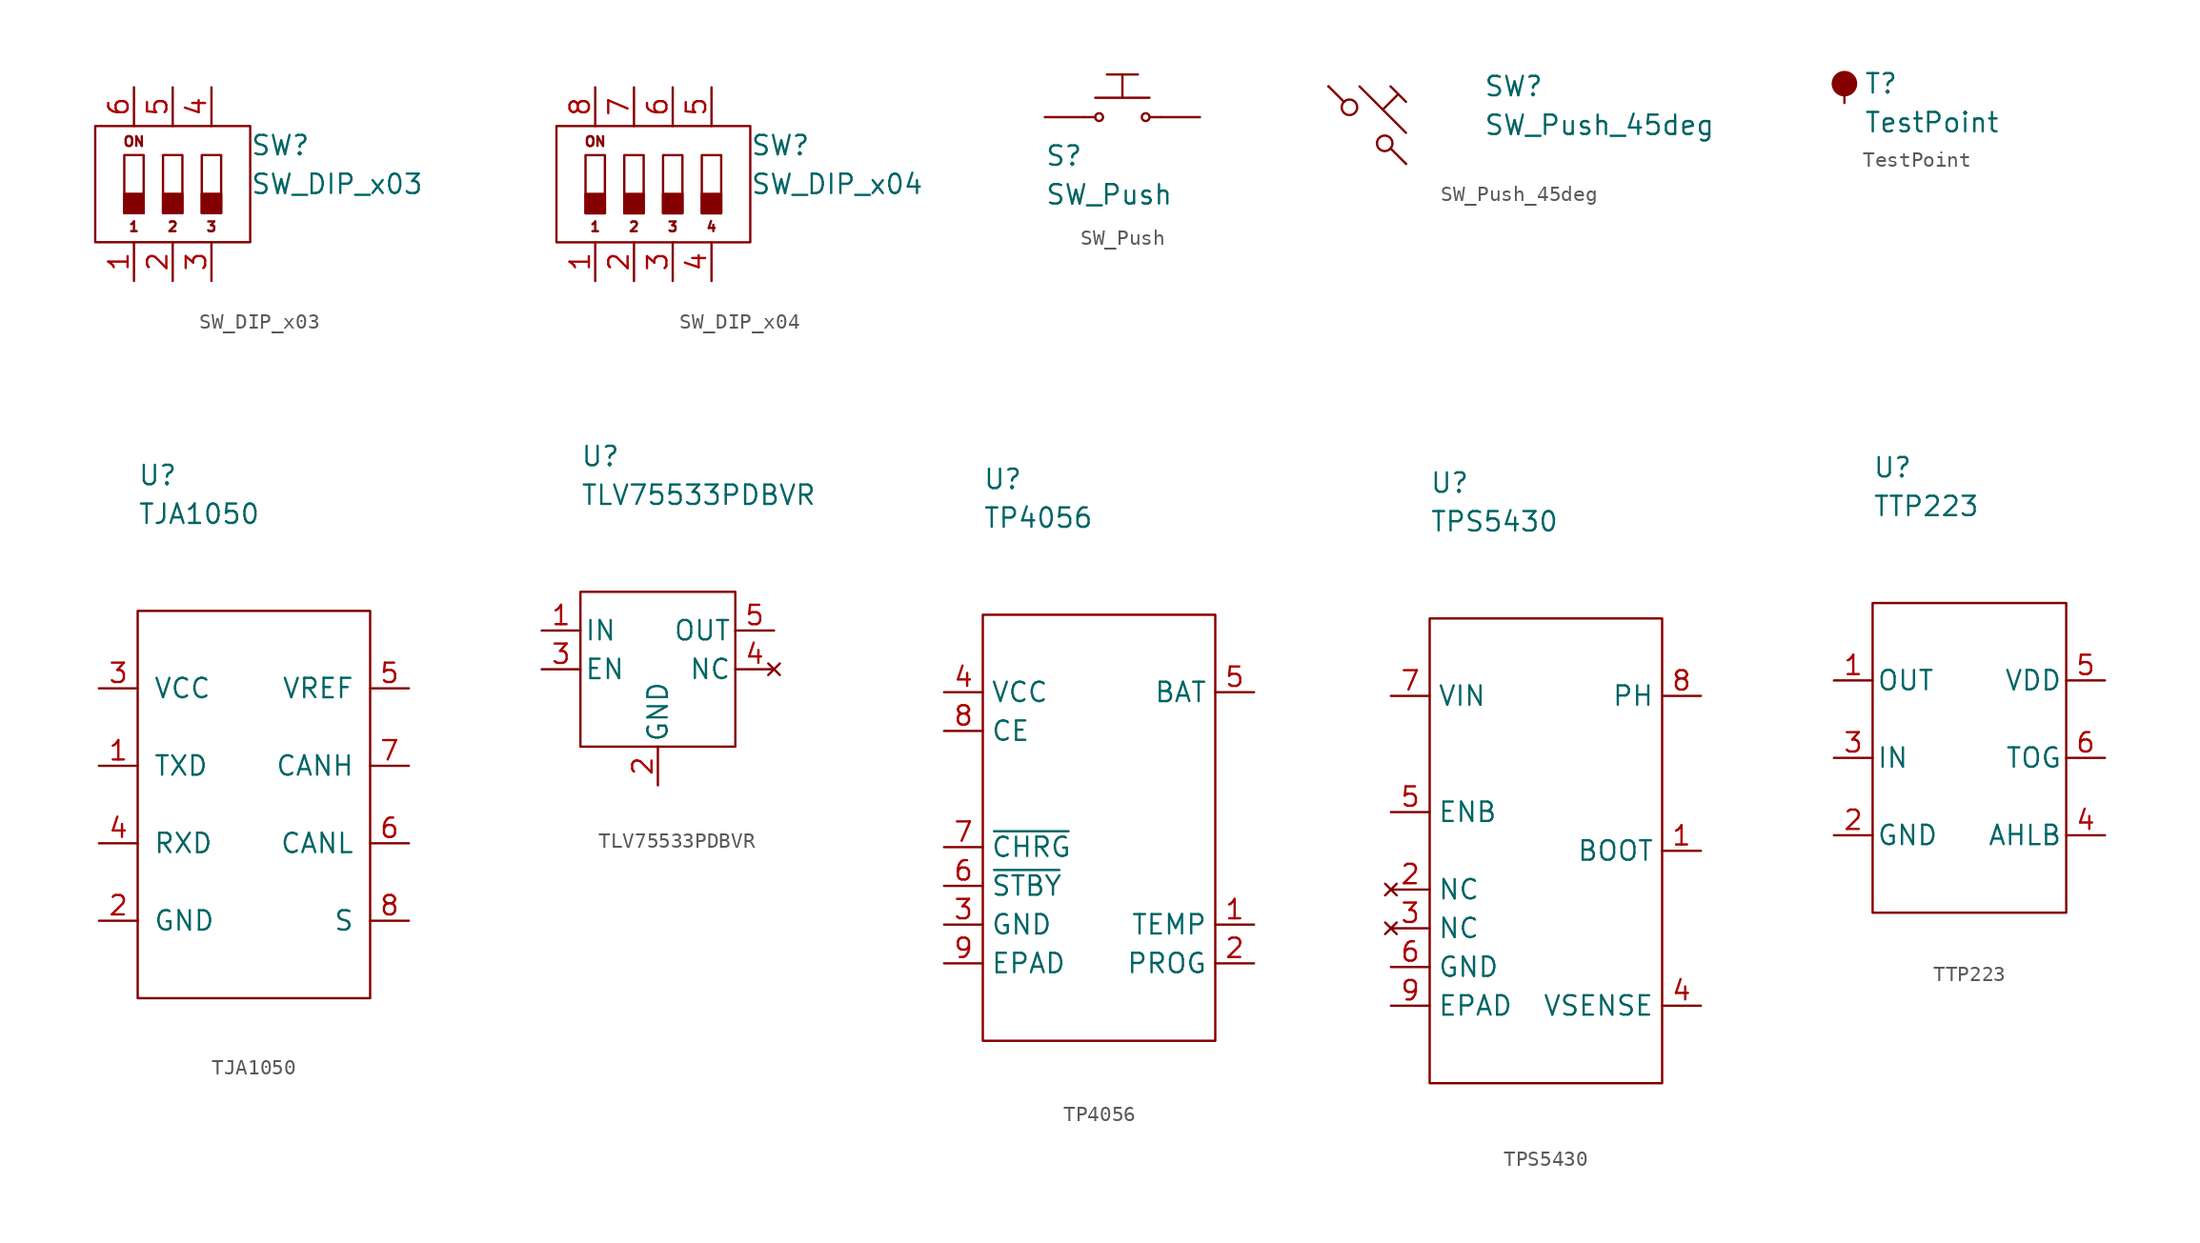
<source format=kicad_sym>
(kicad_symbol_lib
  (version 20211014)
  (generator kicad_symbol_editor)
  (symbol "SW_DIP_x03"
    (property "Reference" "SW"
      (at 10.16 -1.27 0)
      (effects (font (size 1.27 1.27)) (justify left)))
    (property "Value" "SW_DIP_x03"
      (at 10.16 -3.81 0)
      (effects (font (size 1.27 1.27)) (justify left)))
    (symbol "SW_DIP_x03_0_0"
      (rectangle (start 0 0) (end 10.16 -7.62) (stroke (width 0.152) (type default) (color 0 0 0 0)) (fill (type none)))
      (text "1" (at 2.54 -6.604 0) (effects (font (size 0.635 0.635))))
      (text "2" (at 5.08 -6.604 0) (effects (font (size 0.635 0.635))))
      (text "3" (at 7.62 -6.604 0) (effects (font (size 0.635 0.635))))
      (text "ON" (at 2.54 -1.016 0) (effects (font (size 0.635 0.635)))))
    (symbol "SW_DIP_x03_0_1"
      (rectangle (start 1.905 -4.445) (end 3.175 -5.715) (stroke (width 0.152) (type default) (color 0 0 0 0)) (fill (type outline)))
      (rectangle (start 1.905 -1.905) (end 3.175 -5.715) (stroke (width 0.152) (type default) (color 0 0 0 0)) (fill (type none)))
      (rectangle (start 4.445 -4.445) (end 5.715 -5.715) (stroke (width 0.152) (type default) (color 0 0 0 0)) (fill (type outline)))
      (rectangle (start 4.445 -1.905) (end 5.715 -5.715) (stroke (width 0.152) (type default) (color 0 0 0 0)) (fill (type none)))
      (rectangle (start 6.985 -4.445) (end 8.255 -5.715) (stroke (width 0.152) (type default) (color 0 0 0 0)) (fill (type outline)))
      (rectangle (start 6.985 -1.905) (end 8.255 -5.715) (stroke (width 0.152) (type default) (color 0 0 0 0)) (fill (type none))))
    (symbol "SW_DIP_x03_1_1"
      (pin passive line (at 2.54 -10.16 90) (length 2.54) (name "~" (effects (font (size 1.27 1.27)))) (number "1" (effects (font (size 1.27 1.27)))))
      (pin passive line (at 5.08 -10.16 90) (length 2.54) (name "~" (effects (font (size 1.27 1.27)))) (number "2" (effects (font (size 1.27 1.27)))))
      (pin passive line (at 7.62 -10.16 90) (length 2.54) (name "~" (effects (font (size 1.27 1.27)))) (number "3" (effects (font (size 1.27 1.27)))))
      (pin passive line (at 7.62 2.54 270) (length 2.54) (name "~" (effects (font (size 1.27 1.27)))) (number "4" (effects (font (size 1.27 1.27)))))
      (pin passive line (at 5.08 2.54 270) (length 2.54) (name "~" (effects (font (size 1.27 1.27)))) (number "5" (effects (font (size 1.27 1.27)))))
      (pin passive line (at 2.54 2.54 270) (length 2.54) (name "~" (effects (font (size 1.27 1.27)))) (number "6" (effects (font (size 1.27 1.27)))))))
  (symbol "SW_DIP_x04"
    (property "Reference" "SW"
      (at 12.7 -1.27 0)
      (effects (font (size 1.27 1.27)) (justify left)))
    (property "Value" "SW_DIP_x04"
      (at 12.7 -3.81 0)
      (effects (font (size 1.27 1.27)) (justify left)))
    (symbol "SW_DIP_x04_0_0"
      (rectangle (start 0 0) (end 12.7 -7.62) (stroke (width 0.152) (type default) (color 0 0 0 0)) (fill (type none)))
      (text "1" (at 2.54 -6.604 0) (effects (font (size 0.635 0.635))))
      (text "2" (at 5.08 -6.604 0) (effects (font (size 0.635 0.635))))
      (text "3" (at 7.62 -6.604 0) (effects (font (size 0.635 0.635))))
      (text "4" (at 10.16 -6.604 0) (effects (font (size 0.635 0.635))))
      (text "ON" (at 2.54 -1.016 0) (effects (font (size 0.635 0.635)))))
    (symbol "SW_DIP_x04_0_1"
      (rectangle (start 1.905 -4.445) (end 3.175 -5.715) (stroke (width 0.152) (type default) (color 0 0 0 0)) (fill (type outline)))
      (rectangle (start 1.905 -1.905) (end 3.175 -5.715) (stroke (width 0.152) (type default) (color 0 0 0 0)) (fill (type none)))
      (rectangle (start 4.445 -4.445) (end 5.715 -5.715) (stroke (width 0.152) (type default) (color 0 0 0 0)) (fill (type outline)))
      (rectangle (start 4.445 -1.905) (end 5.715 -5.715) (stroke (width 0.152) (type default) (color 0 0 0 0)) (fill (type none)))
      (rectangle (start 6.985 -4.445) (end 8.255 -5.715) (stroke (width 0.152) (type default) (color 0 0 0 0)) (fill (type outline)))
      (rectangle (start 6.985 -1.905) (end 8.255 -5.715) (stroke (width 0.152) (type default) (color 0 0 0 0)) (fill (type none)))
      (rectangle (start 9.525 -4.445) (end 10.795 -5.715) (stroke (width 0.152) (type default) (color 0 0 0 0)) (fill (type outline)))
      (rectangle (start 9.525 -1.905) (end 10.795 -5.715) (stroke (width 0.152) (type default) (color 0 0 0 0)) (fill (type none))))
    (symbol "SW_DIP_x04_1_1"
      (pin passive line (at 2.54 -10.16 90) (length 2.54) (name "~" (effects (font (size 1.27 1.27)))) (number "1" (effects (font (size 1.27 1.27)))))
      (pin passive line (at 5.08 -10.16 90) (length 2.54) (name "~" (effects (font (size 1.27 1.27)))) (number "2" (effects (font (size 1.27 1.27)))))
      (pin passive line (at 7.62 -10.16 90) (length 2.54) (name "~" (effects (font (size 1.27 1.27)))) (number "3" (effects (font (size 1.27 1.27)))))
      (pin passive line (at 10.16 -10.16 90) (length 2.54) (name "~" (effects (font (size 1.27 1.27)))) (number "4" (effects (font (size 1.27 1.27)))))
      (pin passive line (at 10.16 2.54 270) (length 2.54) (name "~" (effects (font (size 1.27 1.27)))) (number "5" (effects (font (size 1.27 1.27)))))
      (pin passive line (at 7.62 2.54 270) (length 2.54) (name "~" (effects (font (size 1.27 1.27)))) (number "6" (effects (font (size 1.27 1.27)))))
      (pin passive line (at 5.08 2.54 270) (length 2.54) (name "~" (effects (font (size 1.27 1.27)))) (number "7" (effects (font (size 1.27 1.27)))))
      (pin passive line (at 2.54 2.54 270) (length 2.54) (name "~" (effects (font (size 1.27 1.27)))) (number "8" (effects (font (size 1.27 1.27)))))))
  (symbol "SW_Push"
    (pin_numbers hide)
    (pin_names
      (offset 1.016))
    (property "Reference" "S"
      (at -5.08 -2.54 0)
      (effects (font (size 1.27 1.27)) (justify left)))
    (property "Value" "SW_Push"
      (at -5.08 -5.08 0)
      (effects (font (size 1.27 1.27)) (justify left)))
    (symbol "SW_Push_0_1"
      (circle (center -1.524 0) (radius 0.254) (stroke (width 0) (type default) (color 0 0 0 0)) (fill (type none)))
      (polyline (pts (xy -2.54 0) (xy -1.778 0)) (stroke (width 0) (type default) (color 0 0 0 0)) (fill (type none)))
      (polyline (pts (xy -1.778 1.27) (xy 1.778 1.27)) (stroke (width 0) (type default) (color 0 0 0 0)) (fill (type none)))
      (polyline (pts (xy -1.016 2.794) (xy 1.016 2.794)) (stroke (width 0) (type default) (color 0 0 0 0)) (fill (type none)))
      (polyline (pts (xy 0 1.27) (xy 0 2.794)) (stroke (width 0) (type default) (color 0 0 0 0)) (fill (type none)))
      (polyline (pts (xy 2.54 0) (xy 1.778 0)) (stroke (width 0) (type default) (color 0 0 0 0)) (fill (type none)))
      (circle (center 1.524 0) (radius 0.254) (stroke (width 0) (type default) (color 0 0 0 0)) (fill (type none))))
    (symbol "SW_Push_1_1"
      (pin passive line (at -5.08 0 0) (length 2.54) (name "~" (effects (font (size 1.27 1.27)))) (number "1" (effects (font (size 1.27 1.27)))))
      (pin passive line (at 5.08 0 180) (length 2.54) (name "~" (effects (font (size 1.27 1.27)))) (number "2" (effects (font (size 1.27 1.27)))))))
  (symbol "SW_Push_45deg"
    (pin_numbers hide)
    (pin_names
      (offset 1.016) hide)
    (property "Reference" "SW"
      (at 7.62 2.54 0)
      (effects (font (size 1.27 1.27)) (justify left)))
    (property "Value" "SW_Push_45deg"
      (at 7.62 0 0)
      (effects (font (size 1.27 1.27)) (justify left)))
    (symbol "SW_Push_45deg_0_1"
      (circle (center -1.168 1.168) (radius 0.508) (stroke (width 0) (type default) (color 0 0 0 0)) (fill (type none)))
      (polyline (pts (xy -0.508 2.54) (xy 2.54 -0.508)) (stroke (width 0) (type default) (color 0 0 0 0)) (fill (type none)))
      (polyline (pts (xy 1.016 1.016) (xy 2.032 2.032)) (stroke (width 0) (type default) (color 0 0 0 0)) (fill (type none)))
      (polyline (pts (xy 1.524 2.54) (xy 2.54 1.524)) (stroke (width 0.152) (type default) (color 0 0 0 0)) (fill (type none)))
      (polyline (pts (xy -2.54 2.54) (xy -1.524 1.524) (xy -1.524 1.524)) (stroke (width 0) (type default) (color 0 0 0 0)) (fill (type none)))
      (polyline (pts (xy 1.524 -1.524) (xy 2.54 -2.54) (xy 2.54 -2.54) (xy 2.54 -2.54)) (stroke (width 0) (type default) (color 0 0 0 0)) (fill (type none)))
      (circle (center 1.143 -1.194) (radius 0.508) (stroke (width 0) (type default) (color 0 0 0 0)) (fill (type none)))
      (pin passive line (at -2.54 2.54 0) (length 0) (name "1" (effects (font (size 1.27 1.27)))) (number "1" (effects (font (size 1.27 1.27)))))
      (pin passive line (at 2.54 -2.54 180) (length 0) (name "2" (effects (font (size 1.27 1.27)))) (number "2" (effects (font (size 1.27 1.27)))))))
  (symbol "TestPoint"
    (pin_numbers hide)
    (pin_names
      (offset 0.762) hide)
    (property "Reference" "T"
      (at 1.27 1.27 0)
      (effects (font (size 1.27 1.27)) (justify left)))
    (property "Value" "TestPoint"
      (at 1.27 -1.27 0)
      (effects (font (size 1.27 1.27)) (justify left)))
    (symbol "TestPoint_0_1"
      (circle (center 0 1.27) (radius 0.762) (stroke (width 0) (type default) (color 0 0 0 0)) (fill (type outline))))
    (symbol "TestPoint_1_1"
      (pin passive line (at 0 0 90) (length 1.27) (name "1" (effects (font (size 1.27 1.27)))) (number "1" (effects (font (size 1.27 1.27)))))))
  (symbol "TJA1050"
    (pin_names
      (offset 1.016))
    (property "Reference" "U"
      (at 0 8.89 0)
      (effects (font (size 1.27 1.27)) (justify left)))
    (property "Value" "TJA1050"
      (at 0 6.35 0)
      (effects (font (size 1.27 1.27)) (justify left)))
    (symbol "TJA1050_0_1"
      (rectangle (start 0 0) (end 15.24 -25.4) (stroke (width 0.152) (type default) (color 0 0 0 0)) (fill (type none))))
    (symbol "TJA1050_1_1"
      (pin passive line (at -2.54 -10.16 0) (length 2.54) (name "TXD" (effects (font (size 1.27 1.27)))) (number "1" (effects (font (size 1.27 1.27)))))
      (pin passive line (at -2.54 -20.32 0) (length 2.54) (name "GND" (effects (font (size 1.27 1.27)))) (number "2" (effects (font (size 1.27 1.27)))))
      (pin passive line (at -2.54 -5.08 0) (length 2.54) (name "VCC" (effects (font (size 1.27 1.27)))) (number "3" (effects (font (size 1.27 1.27)))))
      (pin passive line (at -2.54 -15.24 0) (length 2.54) (name "RXD" (effects (font (size 1.27 1.27)))) (number "4" (effects (font (size 1.27 1.27)))))
      (pin passive line (at 17.78 -5.08 180) (length 2.54) (name "VREF" (effects (font (size 1.27 1.27)))) (number "5" (effects (font (size 1.27 1.27)))))
      (pin passive line (at 17.78 -15.24 180) (length 2.54) (name "CANL" (effects (font (size 1.27 1.27)))) (number "6" (effects (font (size 1.27 1.27)))))
      (pin passive line (at 17.78 -10.16 180) (length 2.54) (name "CANH" (effects (font (size 1.27 1.27)))) (number "7" (effects (font (size 1.27 1.27)))))
      (pin passive line (at 17.78 -20.32 180) (length 2.54) (name "S" (effects (font (size 1.27 1.27)))) (number "8" (effects (font (size 1.27 1.27)))))))
  (symbol "TLV75533PDBVR"
    (pin_names
      (offset 0.254))
    (property "Reference" "U"
      (at 0 8.89 0)
      (effects (font (size 1.27 1.27)) (justify left)))
    (property "Value" "TLV75533PDBVR"
      (at 0 6.35 0)
      (effects (font (size 1.27 1.27)) (justify left)))
    (symbol "TLV75533PDBVR_0_1"
      (rectangle (start 0 0) (end 10.16 -10.16) (stroke (width 0.152) (type default) (color 0 0 0 0)) (fill (type none))))
    (symbol "TLV75533PDBVR_1_1"
      (pin power_in line (at -2.54 -2.54 0) (length 2.54) (name "IN" (effects (font (size 1.27 1.27)))) (number "1" (effects (font (size 1.27 1.27)))))
      (pin passive line (at 5.08 -12.7 90) (length 2.54) (name "GND" (effects (font (size 1.27 1.27)))) (number "2" (effects (font (size 1.27 1.27)))))
      (pin input line (at -2.54 -5.08 0) (length 2.54) (name "EN" (effects (font (size 1.27 1.27)))) (number "3" (effects (font (size 1.27 1.27)))))
      (pin no_connect line (at 12.7 -5.08 180) (length 2.54) (name "NC" (effects (font (size 1.27 1.27)))) (number "4" (effects (font (size 1.27 1.27)))))
      (pin power_out line (at 12.7 -2.54 180) (length 2.54) (name "OUT" (effects (font (size 1.27 1.27)))) (number "5" (effects (font (size 1.27 1.27)))))))
  (symbol "TP4056"
    (property "Reference" "U"
      (at 0 8.89 0)
      (effects (font (size 1.27 1.27)) (justify left)))
    (property "Value" "TP4056"
      (at 0 6.35 0)
      (effects (font (size 1.27 1.27)) (justify left)))
    (symbol "TP4056_0_1"
      (rectangle (start 0 0) (end 15.24 -27.94) (stroke (width 0.152) (type default) (color 0 0 0 0)) (fill (type none))))
    (symbol "TP4056_1_1"
      (pin passive line (at 17.78 -20.32 180) (length 2.54) (name "TEMP" (effects (font (size 1.27 1.27)))) (number "1" (effects (font (size 1.27 1.27)))))
      (pin passive line (at 17.78 -22.86 180) (length 2.54) (name "PROG" (effects (font (size 1.27 1.27)))) (number "2" (effects (font (size 1.27 1.27)))))
      (pin passive line (at -2.54 -20.32 0) (length 2.54) (name "GND" (effects (font (size 1.27 1.27)))) (number "3" (effects (font (size 1.27 1.27)))))
      (pin passive line (at -2.54 -5.08 0) (length 2.54) (name "VCC" (effects (font (size 1.27 1.27)))) (number "4" (effects (font (size 1.27 1.27)))))
      (pin passive line (at 17.78 -5.08 180) (length 2.54) (name "BAT" (effects (font (size 1.27 1.27)))) (number "5" (effects (font (size 1.27 1.27)))))
      (pin passive line (at -2.54 -17.78 0) (length 2.54) (name "~{STBY}" (effects (font (size 1.27 1.27)))) (number "6" (effects (font (size 1.27 1.27)))))
      (pin passive line (at -2.54 -15.24 0) (length 2.54) (name "~{CHRG}" (effects (font (size 1.27 1.27)))) (number "7" (effects (font (size 1.27 1.27)))))
      (pin passive line (at -2.54 -7.62 0) (length 2.54) (name "CE" (effects (font (size 1.27 1.27)))) (number "8" (effects (font (size 1.27 1.27)))))
      (pin passive line (at -2.54 -22.86 0) (length 2.54) (name "EPAD" (effects (font (size 1.27 1.27)))) (number "9" (effects (font (size 1.27 1.27)))))))
  (symbol "TPS5430"
    (property "Reference" "U"
      (at 0 8.89 0)
      (effects (font (size 1.27 1.27)) (justify left)))
    (property "Value" "TPS5430"
      (at 0 6.35 0)
      (effects (font (size 1.27 1.27)) (justify left)))
    (symbol "TPS5430_0_1"
      (rectangle (start 0 0) (end 15.24 -30.48) (stroke (width 0) (type default) (color 0 0 0 0)) (fill (type none))))
    (symbol "TPS5430_1_1"
      (pin passive line (at 17.78 -15.24 180) (length 2.54) (name "BOOT" (effects (font (size 1.27 1.27)))) (number "1" (effects (font (size 1.27 1.27)))))
      (pin no_connect line (at -2.54 -17.78 0) (length 2.54) (name "NC" (effects (font (size 1.27 1.27)))) (number "2" (effects (font (size 1.27 1.27)))))
      (pin no_connect line (at -2.54 -20.32 0) (length 2.54) (name "NC" (effects (font (size 1.27 1.27)))) (number "3" (effects (font (size 1.27 1.27)))))
      (pin passive line (at 17.78 -25.4 180) (length 2.54) (name "VSENSE" (effects (font (size 1.27 1.27)))) (number "4" (effects (font (size 1.27 1.27)))))
      (pin passive line (at -2.54 -12.7 0) (length 2.54) (name "ENB" (effects (font (size 1.27 1.27)))) (number "5" (effects (font (size 1.27 1.27)))))
      (pin passive line (at -2.54 -22.86 0) (length 2.54) (name "GND" (effects (font (size 1.27 1.27)))) (number "6" (effects (font (size 1.27 1.27)))))
      (pin passive line (at -2.54 -5.08 0) (length 2.54) (name "VIN" (effects (font (size 1.27 1.27)))) (number "7" (effects (font (size 1.27 1.27)))))
      (pin passive line (at 17.78 -5.08 180) (length 2.54) (name "PH" (effects (font (size 1.27 1.27)))) (number "8" (effects (font (size 1.27 1.27)))))
      (pin passive line (at -2.54 -25.4 0) (length 2.54) (name "EPAD" (effects (font (size 1.27 1.27)))) (number "9" (effects (font (size 1.27 1.27)))))))
  (symbol "TTP223"
    (pin_names
      (offset 0.254))
    (property "Reference" "U"
      (at 0 8.89 0)
      (effects (font (size 1.27 1.27)) (justify left)))
    (property "Value" "TTP223"
      (at 0 6.35 0)
      (effects (font (size 1.27 1.27)) (justify left)))
    (symbol "TTP223_0_1"
      (rectangle (start 0 0) (end 12.7 -20.32) (stroke (width 0.152) (type default) (color 0 0 0 0)) (fill (type none))))
    (symbol "TTP223_1_1"
      (pin passive line (at -2.54 -5.08 0) (length 2.54) (name "OUT" (effects (font (size 1.27 1.27)))) (number "1" (effects (font (size 1.27 1.27)))))
      (pin passive line (at -2.54 -15.24 0) (length 2.54) (name "GND" (effects (font (size 1.27 1.27)))) (number "2" (effects (font (size 1.27 1.27)))))
      (pin passive line (at -2.54 -10.16 0) (length 2.54) (name "IN" (effects (font (size 1.27 1.27)))) (number "3" (effects (font (size 1.27 1.27)))))
      (pin passive line (at 15.24 -15.24 180) (length 2.54) (name "AHLB" (effects (font (size 1.27 1.27)))) (number "4" (effects (font (size 1.27 1.27)))))
      (pin passive line (at 15.24 -5.08 180) (length 2.54) (name "VDD" (effects (font (size 1.27 1.27)))) (number "5" (effects (font (size 1.27 1.27)))))
      (pin passive line (at 15.24 -10.16 180) (length 2.54) (name "TOG" (effects (font (size 1.27 1.27)))) (number "6" (effects (font (size 1.27 1.27))))))))
</source>
